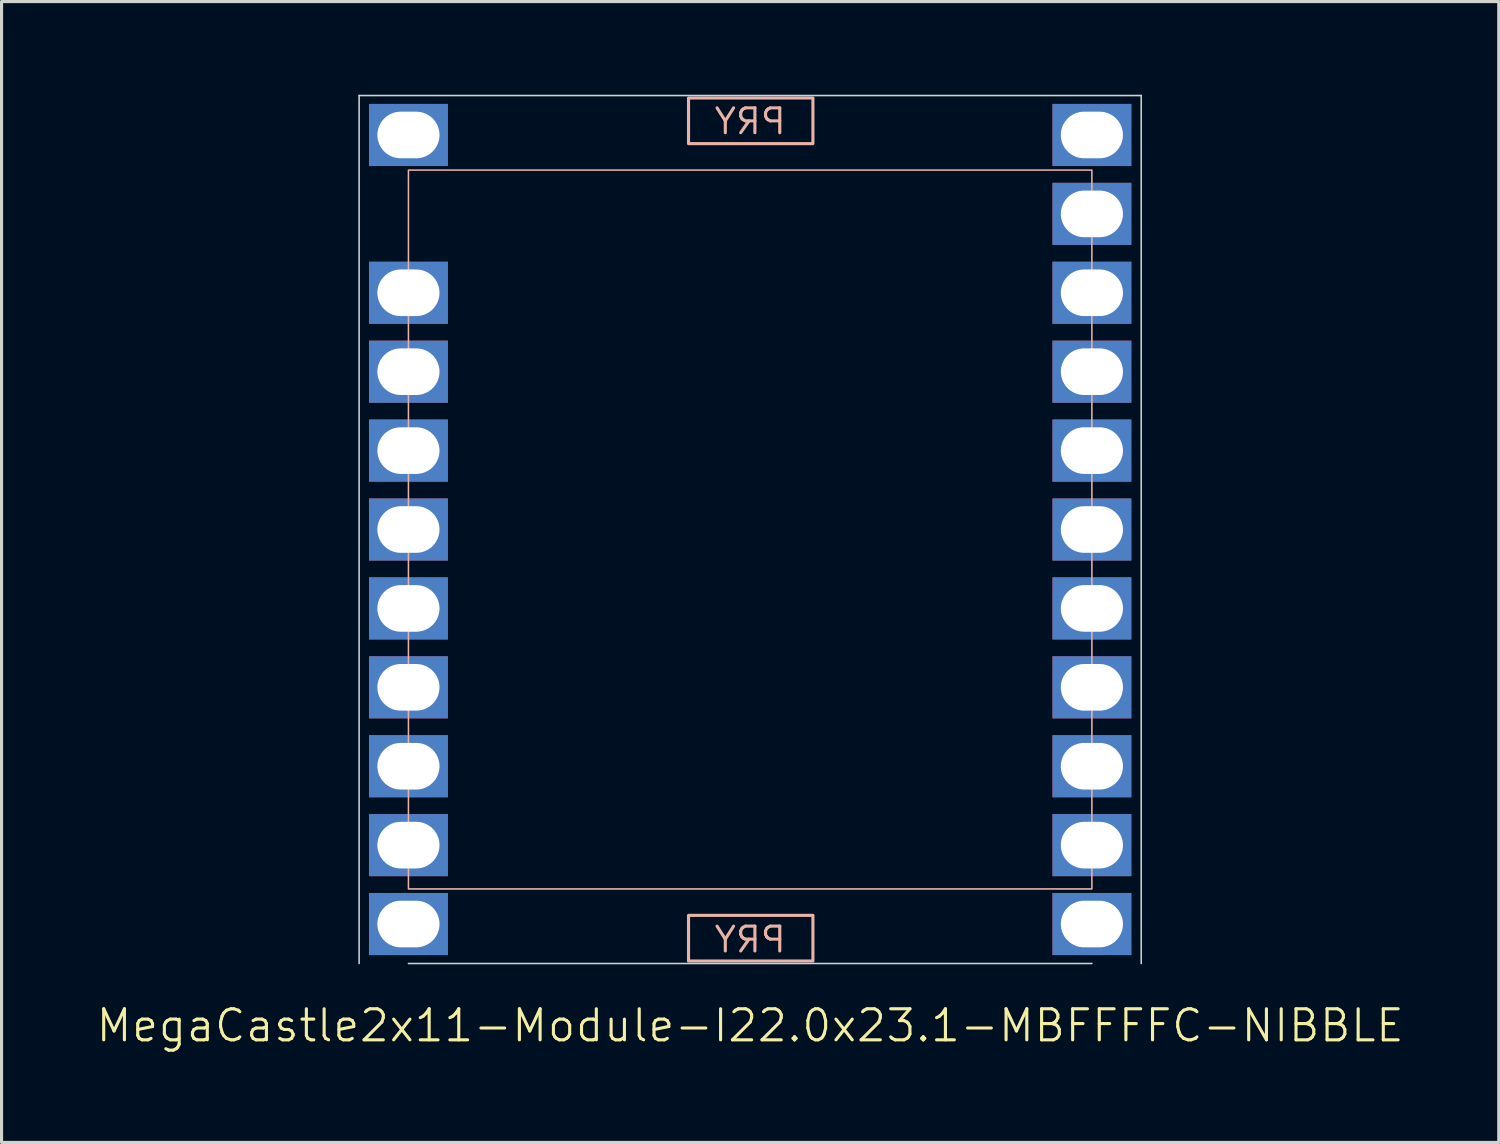
<source format=kicad_pcb>
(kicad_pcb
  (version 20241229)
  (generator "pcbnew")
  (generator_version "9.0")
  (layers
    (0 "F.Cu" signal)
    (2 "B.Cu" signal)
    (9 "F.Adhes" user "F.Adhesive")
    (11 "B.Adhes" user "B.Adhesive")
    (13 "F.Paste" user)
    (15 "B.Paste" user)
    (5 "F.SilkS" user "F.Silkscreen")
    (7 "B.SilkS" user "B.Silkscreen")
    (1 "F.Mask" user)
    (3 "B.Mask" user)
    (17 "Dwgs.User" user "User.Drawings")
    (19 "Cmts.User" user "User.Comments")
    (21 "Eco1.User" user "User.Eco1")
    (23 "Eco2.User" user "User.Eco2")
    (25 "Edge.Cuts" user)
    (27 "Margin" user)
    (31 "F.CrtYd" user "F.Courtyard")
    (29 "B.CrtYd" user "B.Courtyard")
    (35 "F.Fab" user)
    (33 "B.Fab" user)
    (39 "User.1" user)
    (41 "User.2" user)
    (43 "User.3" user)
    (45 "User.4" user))
  (footprint "MegaCastle2x11-Module-I22.0x23.1-MBFFFFC-NIBBLE"
    (layer "F.Cu")
    (at 21.098 13.995)
    (property "Reference" "MegaCastle2x11-Module-I22.0x23.1-MBFFFFC-NIBBLE" (at 0 15.97 0) (unlocked yes) (layer "F.SilkS") (effects (font (size 1 1) (thickness 0.1))))
    (attr smd)
    (fp_rect (start -11 11.57) (end 11 -11.57) (stroke (width 0.05) (type default)) (fill no) (layer "B.SilkS"))
    (fp_rect (start -1.984 -12.421) (end 2.02 -13.89) (stroke (width 0.1) (type default)) (fill no) (layer "B.SilkS"))
    (fp_rect (start -1.984 12.421) (end 2.02 13.89) (stroke (width 0.1) (type default)) (fill no) (layer "B.SilkS"))
    (fp_line (start -12.588 -13.97) (end -12.588 13.97) (stroke (width 0.05) (type default)) (layer "Edge.Cuts"))
    (fp_line (start -12.588 -13.97) (end 12.588 -13.97) (stroke (width 0.05) (type default)) (layer "Edge.Cuts"))
    (fp_line (start -11 13.97) (end 11 13.97) (stroke (width 0.05) (type default)) (layer "Edge.Cuts"))
    (fp_line (start 12.588 -13.97) (end 12.588 13.97) (stroke (width 0.05) (type default)) (layer "Edge.Cuts"))
    (fp_text user "PRY" (at 0 13.67 0) (unlocked yes) (layer "B.SilkS") (effects (font (size 0.8 0.8) (thickness 0.1)) (justify bottom mirror)))
    (fp_text user "PRY" (at 0 -12.67 0) (unlocked yes) (layer "B.SilkS") (effects (font (size 0.8 0.8) (thickness 0.1)) (justify bottom mirror)))
    (pad "1" thru_hole rect (at -11 -12.7) (size 2.54 2) (drill oval 2 1.5) (property pad_prop_castellated) (layers "*.Cu" "*.Mask"))
    (pad "3" thru_hole rect (at -11 -7.62) (size 2.54 2) (drill oval 2 1.5) (property pad_prop_castellated) (layers "*.Cu" "*.Mask"))
    (pad "4" thru_hole rect (at -11 -5.08) (size 2.54 2) (drill oval 2 1.5) (property pad_prop_castellated) (layers "*.Cu" "*.Mask"))
    (pad "5" thru_hole rect (at -11 -2.54) (size 2.54 2) (drill oval 2 1.5) (property pad_prop_castellated) (layers "*.Cu" "*.Mask"))
    (pad "6" thru_hole rect (at -11 0) (size 2.54 2) (drill oval 2 1.5) (property pad_prop_castellated) (layers "*.Cu" "*.Mask"))
    (pad "7" thru_hole rect (at -11 2.54) (size 2.54 2) (drill oval 2 1.5) (property pad_prop_castellated) (layers "*.Cu" "*.Mask"))
    (pad "8" thru_hole rect (at -11 5.08) (size 2.54 2) (drill oval 2 1.5) (property pad_prop_castellated) (layers "*.Cu" "*.Mask"))
    (pad "9" thru_hole rect (at -11 7.62) (size 2.54 2) (drill oval 2 1.5) (property pad_prop_castellated) (layers "*.Cu" "*.Mask"))
    (pad "10" thru_hole rect (at -11 10.16) (size 2.54 2) (drill oval 2 1.5) (property pad_prop_castellated) (layers "*.Cu" "*.Mask"))
    (pad "11" thru_hole rect (at -11 12.7) (size 2.54 2) (drill oval 2 1.5) (property pad_prop_castellated) (layers "*.Cu" "*.Mask"))
    (pad "12" thru_hole rect (at 11 -12.7) (size 2.54 2) (drill oval 2 1.5) (property pad_prop_castellated) (layers "*.Cu" "*.Mask"))
    (pad "13" thru_hole rect (at 11 -10.16) (size 2.54 2) (drill oval 2 1.5) (property pad_prop_castellated) (layers "*.Cu" "*.Mask"))
    (pad "14" thru_hole rect (at 11 -7.62) (size 2.54 2) (drill oval 2 1.5) (property pad_prop_castellated) (layers "*.Cu" "*.Mask"))
    (pad "15" thru_hole rect (at 11 -5.08) (size 2.54 2) (drill oval 2 1.5) (property pad_prop_castellated) (layers "*.Cu" "*.Mask"))
    (pad "16" thru_hole rect (at 11 -2.54) (size 2.54 2) (drill oval 2 1.5) (property pad_prop_castellated) (layers "*.Cu" "*.Mask"))
    (pad "17" thru_hole rect (at 11 0) (size 2.54 2) (drill oval 2 1.5) (property pad_prop_castellated) (layers "*.Cu" "*.Mask"))
    (pad "18" thru_hole rect (at 11 2.54) (size 2.54 2) (drill oval 2 1.5) (property pad_prop_castellated) (layers "*.Cu" "*.Mask"))
    (pad "19" thru_hole rect (at 11 5.08) (size 2.54 2) (drill oval 2 1.5) (property pad_prop_castellated) (layers "*.Cu" "*.Mask"))
    (pad "20" thru_hole rect (at 11 7.62) (size 2.54 2) (drill oval 2 1.5) (property pad_prop_castellated) (layers "*.Cu" "*.Mask"))
    (pad "21" thru_hole rect (at 11 10.16) (size 2.54 2) (drill oval 2 1.5) (property pad_prop_castellated) (layers "*.Cu" "*.Mask"))
    (pad "22" thru_hole rect (at 11 12.7) (size 2.54 2) (drill oval 2 1.5) (property pad_prop_castellated) (layers "*.Cu" "*.Mask"))
    (zone (net_name "") (layer "B.Cu") (hatch edge 0.5) (connect_pads) (min_thickness 0.25) (filled_areas_thickness no) (keepout (tracks allowed) (vias allowed) (pads allowed) (copperpour allowed) (footprints not_allowed)) (placement (enabled no)) (fill) (polygon (pts (xy 10.098 27.965) (xy 10.098 0.025))))
    (zone (net_name "") (layer "B.Cu") (hatch edge 0.5) (connect_pads) (min_thickness 0.25) (filled_areas_thickness no) (keepout (tracks allowed) (vias allowed) (pads allowed) (copperpour allowed) (footprints not_allowed)) (placement (enabled no)) (fill) (polygon (pts (xy 32.098 27.965) (xy 32.098 0.025))))
    (zone (net_name "") (layer "B.Cu") (hatch edge 0.5) (connect_pads) (min_thickness 0.25) (filled_areas_thickness no) (keepout (tracks allowed) (vias allowed) (pads allowed) (copperpour allowed) (footprints not_allowed)) (placement (enabled no)) (fill) (polygon (pts (xy 10.098 0.025) (xy 10.098 2.425) (xy 32.098 2.425) (xy 32.098 0.025))))
    (zone (net_name "") (layer "B.Cu") (hatch edge 0.5) (connect_pads) (min_thickness 0.25) (filled_areas_thickness no) (keepout (tracks allowed) (vias allowed) (pads allowed) (copperpour allowed) (footprints not_allowed)) (placement (enabled no)) (fill) (polygon (pts (xy 10.098 27.965) (xy 10.098 25.565) (xy 32.098 25.565) (xy 32.098 27.965))))
    (zone (net_name "") (layer "B.Cu") (name "Upper Pry Zone") (hatch edge 0.5) (connect_pads) (min_thickness 0.25) (filled_areas_thickness no) (keepout (tracks not_allowed) (vias not_allowed) (pads not_allowed) (copperpour allowed) (footprints not_allowed)) (placement (enabled no)) (fill) (polygon (pts (xy 19.113 1.574) (xy 19.113 0.105) (xy 23.117 0.105) (xy 23.117 1.574))))
    (zone (net_name "") (layer "B.Cu") (name "Upper Pry Zone") (hatch edge 0.5) (connect_pads) (min_thickness 0.25) (filled_areas_thickness no) (keepout (tracks not_allowed) (vias not_allowed) (pads not_allowed) (copperpour allowed) (footprints not_allowed)) (placement (enabled no)) (fill) (polygon (pts (xy 19.113 26.416) (xy 19.113 27.885) (xy 23.117 27.885) (xy 23.117 26.416)))))
  (gr_rect
    (start -3 -3)
    (end 45.195 33.725)
    (stroke (width 0.1) (type default))
    (fill no)
    (layer "Edge.Cuts")))
</source>
